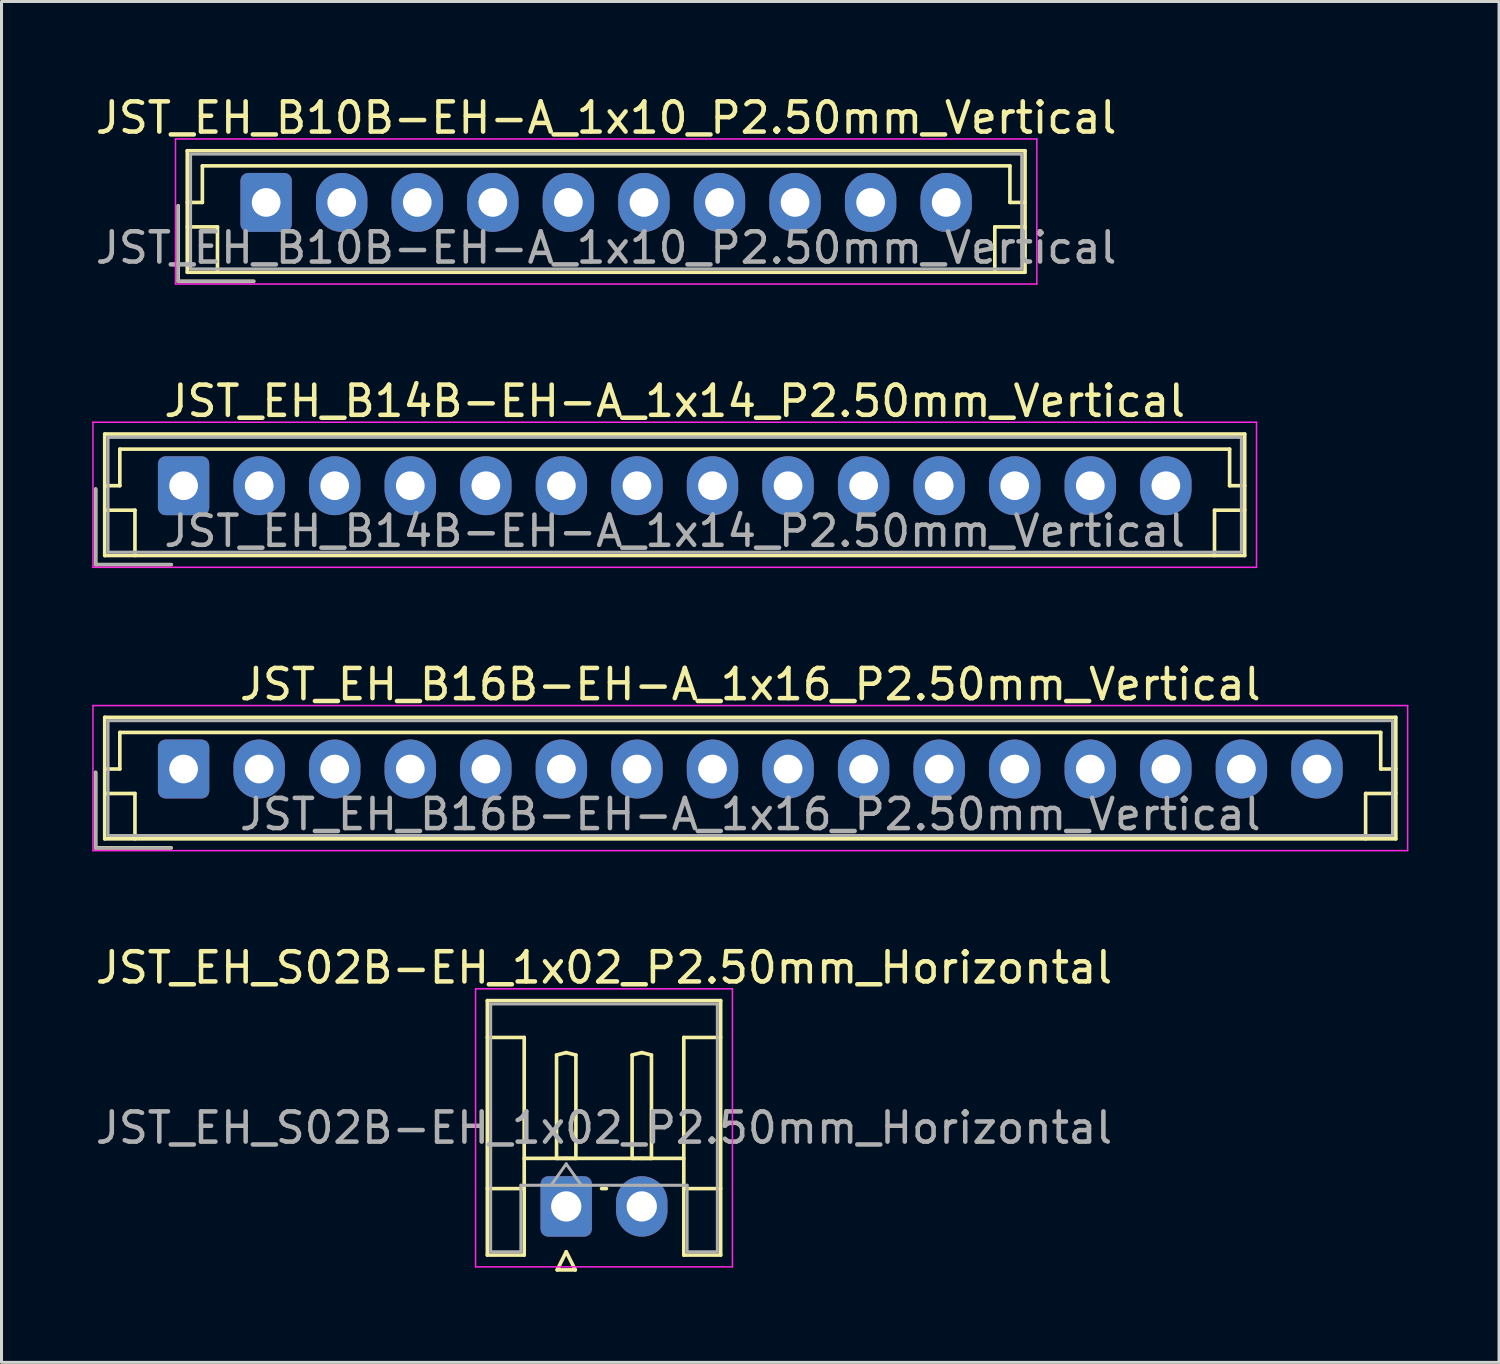
<source format=kicad_pcb>
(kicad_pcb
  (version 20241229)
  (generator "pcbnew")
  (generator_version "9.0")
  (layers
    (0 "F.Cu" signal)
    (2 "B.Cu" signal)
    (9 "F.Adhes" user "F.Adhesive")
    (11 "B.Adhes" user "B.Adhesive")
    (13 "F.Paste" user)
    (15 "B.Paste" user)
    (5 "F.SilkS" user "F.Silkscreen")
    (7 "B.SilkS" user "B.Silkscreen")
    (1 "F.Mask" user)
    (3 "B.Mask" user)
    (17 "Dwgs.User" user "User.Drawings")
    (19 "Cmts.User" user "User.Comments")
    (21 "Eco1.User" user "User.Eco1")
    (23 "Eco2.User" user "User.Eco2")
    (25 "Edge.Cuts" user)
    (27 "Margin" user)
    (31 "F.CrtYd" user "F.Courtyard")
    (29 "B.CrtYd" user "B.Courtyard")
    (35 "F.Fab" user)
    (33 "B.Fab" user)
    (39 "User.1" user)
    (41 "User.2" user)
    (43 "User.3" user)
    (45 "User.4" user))
  (footprint "JST_EH_B14B-EH-A_1x14_P2.50mm_Vertical"
    (layer "F.Cu")
    (at 3.025 13.021)
    (property "Reference" "JST_EH_B14B-EH-A_1x14_P2.50mm_Vertical" (at 16.25 -2.8 0) (layer "F.SilkS") (effects (font (size 1 1) (thickness 0.15))))
    (attr through_hole)
    (fp_line (start -2.91 0.11) (end -2.91 2.61) (stroke (width 0.12) (type solid)) (layer "F.SilkS"))
    (fp_line (start -2.91 2.61) (end -0.41 2.61) (stroke (width 0.12) (type solid)) (layer "F.SilkS"))
    (fp_line (start -2.61 -1.71) (end -2.61 2.31) (stroke (width 0.12) (type solid)) (layer "F.SilkS"))
    (fp_line (start -2.61 0) (end -2.11 0) (stroke (width 0.12) (type solid)) (layer "F.SilkS"))
    (fp_line (start -2.61 0.81) (end -1.61 0.81) (stroke (width 0.12) (type solid)) (layer "F.SilkS"))
    (fp_line (start -2.61 2.31) (end 35.11 2.31) (stroke (width 0.12) (type solid)) (layer "F.SilkS"))
    (fp_line (start -2.11 -1.21) (end 34.61 -1.21) (stroke (width 0.12) (type solid)) (layer "F.SilkS"))
    (fp_line (start -2.11 0) (end -2.11 -1.21) (stroke (width 0.12) (type solid)) (layer "F.SilkS"))
    (fp_line (start -1.61 0.81) (end -1.61 2.31) (stroke (width 0.12) (type solid)) (layer "F.SilkS"))
    (fp_line (start 34.11 0.81) (end 34.11 2.31) (stroke (width 0.12) (type solid)) (layer "F.SilkS"))
    (fp_line (start 34.61 -1.21) (end 34.61 0) (stroke (width 0.12) (type solid)) (layer "F.SilkS"))
    (fp_line (start 34.61 0) (end 35.11 0) (stroke (width 0.12) (type solid)) (layer "F.SilkS"))
    (fp_line (start 35.11 -1.71) (end -2.61 -1.71) (stroke (width 0.12) (type solid)) (layer "F.SilkS"))
    (fp_line (start 35.11 0.81) (end 34.11 0.81) (stroke (width 0.12) (type solid)) (layer "F.SilkS"))
    (fp_line (start 35.11 2.31) (end 35.11 -1.71) (stroke (width 0.12) (type solid)) (layer "F.SilkS"))
    (fp_line (start -3 -2.1) (end -3 2.7) (stroke (width 0.05) (type solid)) (layer "F.CrtYd"))
    (fp_line (start -3 2.7) (end 35.5 2.7) (stroke (width 0.05) (type solid)) (layer "F.CrtYd"))
    (fp_line (start 35.5 -2.1) (end -3 -2.1) (stroke (width 0.05) (type solid)) (layer "F.CrtYd"))
    (fp_line (start 35.5 2.7) (end 35.5 -2.1) (stroke (width 0.05) (type solid)) (layer "F.CrtYd"))
    (fp_line (start -2.91 0.11) (end -2.91 2.61) (stroke (width 0.1) (type solid)) (layer "F.Fab"))
    (fp_line (start -2.91 2.61) (end -0.41 2.61) (stroke (width 0.1) (type solid)) (layer "F.Fab"))
    (fp_line (start -2.5 -1.6) (end -2.5 2.2) (stroke (width 0.1) (type solid)) (layer "F.Fab"))
    (fp_line (start -2.5 2.2) (end 35 2.2) (stroke (width 0.1) (type solid)) (layer "F.Fab"))
    (fp_line (start 35 -1.6) (end -2.5 -1.6) (stroke (width 0.1) (type solid)) (layer "F.Fab"))
    (fp_line (start 35 2.2) (end 35 -1.6) (stroke (width 0.1) (type solid)) (layer "F.Fab"))
    (fp_text user "${REFERENCE}" (at 16.25 1.5 0) (layer "F.Fab") (effects (font (size 1 1) (thickness 0.15))))
    (pad "1" thru_hole roundrect (at 0 0) (size 1.7 1.95) (drill 0.95) (layers "*.Cu" "*.Mask") (roundrect_rratio 0.147))
    (pad "2" thru_hole oval (at 2.5 0) (size 1.7 1.95) (drill 0.95) (layers "*.Cu" "*.Mask"))
    (pad "3" thru_hole oval (at 5 0) (size 1.7 1.95) (drill 0.95) (layers "*.Cu" "*.Mask"))
    (pad "4" thru_hole oval (at 7.5 0) (size 1.7 1.95) (drill 0.95) (layers "*.Cu" "*.Mask"))
    (pad "5" thru_hole oval (at 10 0) (size 1.7 1.95) (drill 0.95) (layers "*.Cu" "*.Mask"))
    (pad "6" thru_hole oval (at 12.5 0) (size 1.7 1.95) (drill 0.95) (layers "*.Cu" "*.Mask"))
    (pad "7" thru_hole oval (at 15 0) (size 1.7 1.95) (drill 0.95) (layers "*.Cu" "*.Mask"))
    (pad "8" thru_hole oval (at 17.5 0) (size 1.7 1.95) (drill 0.95) (layers "*.Cu" "*.Mask"))
    (pad "9" thru_hole oval (at 20 0) (size 1.7 1.95) (drill 0.95) (layers "*.Cu" "*.Mask"))
    (pad "10" thru_hole oval (at 22.5 0) (size 1.7 1.95) (drill 0.95) (layers "*.Cu" "*.Mask"))
    (pad "11" thru_hole oval (at 25 0) (size 1.7 1.95) (drill 0.95) (layers "*.Cu" "*.Mask"))
    (pad "12" thru_hole oval (at 27.5 0) (size 1.7 1.95) (drill 0.95) (layers "*.Cu" "*.Mask"))
    (pad "13" thru_hole oval (at 30 0) (size 1.7 1.95) (drill 0.95) (layers "*.Cu" "*.Mask"))
    (pad "14" thru_hole oval (at 32.5 0) (size 1.7 1.95) (drill 0.95) (layers "*.Cu" "*.Mask")))
  (footprint "JST_EH_B10B-EH-A_1x10_P2.50mm_Vertical"
    (layer "F.Cu")
    (at 5.756 3.648)
    (property "Reference" "JST_EH_B10B-EH-A_1x10_P2.50mm_Vertical" (at 11.25 -2.8 0) (layer "F.SilkS") (effects (font (size 1 1) (thickness 0.15))))
    (attr through_hole)
    (fp_line (start -2.91 0.11) (end -2.91 2.61) (stroke (width 0.12) (type solid)) (layer "F.SilkS"))
    (fp_line (start -2.91 2.61) (end -0.41 2.61) (stroke (width 0.12) (type solid)) (layer "F.SilkS"))
    (fp_line (start -2.61 -1.71) (end -2.61 2.31) (stroke (width 0.12) (type solid)) (layer "F.SilkS"))
    (fp_line (start -2.61 0) (end -2.11 0) (stroke (width 0.12) (type solid)) (layer "F.SilkS"))
    (fp_line (start -2.61 0.81) (end -1.61 0.81) (stroke (width 0.12) (type solid)) (layer "F.SilkS"))
    (fp_line (start -2.61 2.31) (end 25.11 2.31) (stroke (width 0.12) (type solid)) (layer "F.SilkS"))
    (fp_line (start -2.11 -1.21) (end 24.61 -1.21) (stroke (width 0.12) (type solid)) (layer "F.SilkS"))
    (fp_line (start -2.11 0) (end -2.11 -1.21) (stroke (width 0.12) (type solid)) (layer "F.SilkS"))
    (fp_line (start -1.61 0.81) (end -1.61 2.31) (stroke (width 0.12) (type solid)) (layer "F.SilkS"))
    (fp_line (start 24.11 0.81) (end 24.11 2.31) (stroke (width 0.12) (type solid)) (layer "F.SilkS"))
    (fp_line (start 24.61 -1.21) (end 24.61 0) (stroke (width 0.12) (type solid)) (layer "F.SilkS"))
    (fp_line (start 24.61 0) (end 25.11 0) (stroke (width 0.12) (type solid)) (layer "F.SilkS"))
    (fp_line (start 25.11 -1.71) (end -2.61 -1.71) (stroke (width 0.12) (type solid)) (layer "F.SilkS"))
    (fp_line (start 25.11 0.81) (end 24.11 0.81) (stroke (width 0.12) (type solid)) (layer "F.SilkS"))
    (fp_line (start 25.11 2.31) (end 25.11 -1.71) (stroke (width 0.12) (type solid)) (layer "F.SilkS"))
    (fp_line (start -3 -2.1) (end -3 2.7) (stroke (width 0.05) (type solid)) (layer "F.CrtYd"))
    (fp_line (start -3 2.7) (end 25.5 2.7) (stroke (width 0.05) (type solid)) (layer "F.CrtYd"))
    (fp_line (start 25.5 -2.1) (end -3 -2.1) (stroke (width 0.05) (type solid)) (layer "F.CrtYd"))
    (fp_line (start 25.5 2.7) (end 25.5 -2.1) (stroke (width 0.05) (type solid)) (layer "F.CrtYd"))
    (fp_line (start -2.91 0.11) (end -2.91 2.61) (stroke (width 0.1) (type solid)) (layer "F.Fab"))
    (fp_line (start -2.91 2.61) (end -0.41 2.61) (stroke (width 0.1) (type solid)) (layer "F.Fab"))
    (fp_line (start -2.5 -1.6) (end -2.5 2.2) (stroke (width 0.1) (type solid)) (layer "F.Fab"))
    (fp_line (start -2.5 2.2) (end 25 2.2) (stroke (width 0.1) (type solid)) (layer "F.Fab"))
    (fp_line (start 25 -1.6) (end -2.5 -1.6) (stroke (width 0.1) (type solid)) (layer "F.Fab"))
    (fp_line (start 25 2.2) (end 25 -1.6) (stroke (width 0.1) (type solid)) (layer "F.Fab"))
    (fp_text user "${REFERENCE}" (at 11.25 1.5 0) (layer "F.Fab") (effects (font (size 1 1) (thickness 0.15))))
    (pad "1" thru_hole roundrect (at 0 0) (size 1.7 1.95) (drill 0.95) (layers "*.Cu" "*.Mask") (roundrect_rratio 0.147))
    (pad "2" thru_hole oval (at 2.5 0) (size 1.7 1.95) (drill 0.95) (layers "*.Cu" "*.Mask"))
    (pad "3" thru_hole oval (at 5 0) (size 1.7 1.95) (drill 0.95) (layers "*.Cu" "*.Mask"))
    (pad "4" thru_hole oval (at 7.5 0) (size 1.7 1.95) (drill 0.95) (layers "*.Cu" "*.Mask"))
    (pad "5" thru_hole oval (at 10 0) (size 1.7 1.95) (drill 0.95) (layers "*.Cu" "*.Mask"))
    (pad "6" thru_hole oval (at 12.5 0) (size 1.7 1.95) (drill 0.95) (layers "*.Cu" "*.Mask"))
    (pad "7" thru_hole oval (at 15 0) (size 1.7 1.95) (drill 0.95) (layers "*.Cu" "*.Mask"))
    (pad "8" thru_hole oval (at 17.5 0) (size 1.7 1.95) (drill 0.95) (layers "*.Cu" "*.Mask"))
    (pad "9" thru_hole oval (at 20 0) (size 1.7 1.95) (drill 0.95) (layers "*.Cu" "*.Mask"))
    (pad "10" thru_hole oval (at 22.5 0) (size 1.7 1.95) (drill 0.95) (layers "*.Cu" "*.Mask")))
  (footprint "JST_EH_S02B-EH_1x02_P2.50mm_Horizontal"
    (layer "F.Cu")
    (at 15.685 36.868)
    (property "Reference" "JST_EH_S02B-EH_1x02_P2.50mm_Horizontal" (at 1.25 -7.9 0) (layer "F.SilkS") (effects (font (size 1 1) (thickness 0.15))))
    (attr through_hole)
    (fp_line (start -2.61 -6.81) (end 5.11 -6.81) (stroke (width 0.12) (type solid)) (layer "F.SilkS"))
    (fp_line (start -2.61 -5.59) (end -1.39 -5.59) (stroke (width 0.12) (type solid)) (layer "F.SilkS"))
    (fp_line (start -2.61 1.61) (end -2.61 -6.81) (stroke (width 0.12) (type solid)) (layer "F.SilkS"))
    (fp_line (start -1.39 -5.59) (end -1.39 -0.59) (stroke (width 0.12) (type solid)) (layer "F.SilkS"))
    (fp_line (start -1.39 -1.59) (end 3.89 -1.59) (stroke (width 0.12) (type solid)) (layer "F.SilkS"))
    (fp_line (start -1.39 -0.59) (end -2.61 -0.59) (stroke (width 0.12) (type solid)) (layer "F.SilkS"))
    (fp_line (start -1.39 -0.59) (end -1.39 1.61) (stroke (width 0.12) (type solid)) (layer "F.SilkS"))
    (fp_line (start -1.39 1.61) (end -2.61 1.61) (stroke (width 0.12) (type solid)) (layer "F.SilkS"))
    (fp_line (start -0.32 -5.01) (end 0 -5.09) (stroke (width 0.12) (type solid)) (layer "F.SilkS"))
    (fp_line (start -0.32 -1.59) (end -0.32 -5.01) (stroke (width 0.12) (type solid)) (layer "F.SilkS"))
    (fp_line (start -0.3 2.1) (end 0.3 2.1) (stroke (width 0.12) (type solid)) (layer "F.SilkS"))
    (fp_line (start 0 -5.09) (end 0.32 -5.01) (stroke (width 0.12) (type solid)) (layer "F.SilkS"))
    (fp_line (start 0 -1.59) (end -0.32 -1.59) (stroke (width 0.12) (type solid)) (layer "F.SilkS"))
    (fp_line (start 0 1.5) (end -0.3 2.1) (stroke (width 0.12) (type solid)) (layer "F.SilkS"))
    (fp_line (start 0.3 2.1) (end 0 1.5) (stroke (width 0.12) (type solid)) (layer "F.SilkS"))
    (fp_line (start 0.32 -5.01) (end 0.32 -1.59) (stroke (width 0.12) (type solid)) (layer "F.SilkS"))
    (fp_line (start 0.32 -1.59) (end 0 -1.59) (stroke (width 0.12) (type solid)) (layer "F.SilkS"))
    (fp_line (start 1.17 -0.59) (end 1.33 -0.59) (stroke (width 0.12) (type solid)) (layer "F.SilkS"))
    (fp_line (start 2.18 -5.01) (end 2.5 -5.09) (stroke (width 0.12) (type solid)) (layer "F.SilkS"))
    (fp_line (start 2.18 -1.59) (end 2.18 -5.01) (stroke (width 0.12) (type solid)) (layer "F.SilkS"))
    (fp_line (start 2.5 -5.09) (end 2.82 -5.01) (stroke (width 0.12) (type solid)) (layer "F.SilkS"))
    (fp_line (start 2.5 -1.59) (end 2.18 -1.59) (stroke (width 0.12) (type solid)) (layer "F.SilkS"))
    (fp_line (start 2.82 -5.01) (end 2.82 -1.59) (stroke (width 0.12) (type solid)) (layer "F.SilkS"))
    (fp_line (start 2.82 -1.59) (end 2.5 -1.59) (stroke (width 0.12) (type solid)) (layer "F.SilkS"))
    (fp_line (start 3.89 -5.59) (end 3.89 -0.59) (stroke (width 0.12) (type solid)) (layer "F.SilkS"))
    (fp_line (start 3.89 -0.59) (end 5.11 -0.59) (stroke (width 0.12) (type solid)) (layer "F.SilkS"))
    (fp_line (start 3.89 1.61) (end 3.89 -0.59) (stroke (width 0.12) (type solid)) (layer "F.SilkS"))
    (fp_line (start 5.11 -6.81) (end 5.11 1.61) (stroke (width 0.12) (type solid)) (layer "F.SilkS"))
    (fp_line (start 5.11 -5.59) (end 3.89 -5.59) (stroke (width 0.12) (type solid)) (layer "F.SilkS"))
    (fp_line (start 5.11 1.61) (end 3.89 1.61) (stroke (width 0.12) (type solid)) (layer "F.SilkS"))
    (fp_line (start -3 -7.2) (end -3 2) (stroke (width 0.05) (type solid)) (layer "F.CrtYd"))
    (fp_line (start -3 2) (end 5.5 2) (stroke (width 0.05) (type solid)) (layer "F.CrtYd"))
    (fp_line (start 5.5 -7.2) (end -3 -7.2) (stroke (width 0.05) (type solid)) (layer "F.CrtYd"))
    (fp_line (start 5.5 2) (end 5.5 -7.2) (stroke (width 0.05) (type solid)) (layer "F.CrtYd"))
    (fp_line (start -2.5 -6.7) (end 5 -6.7) (stroke (width 0.1) (type solid)) (layer "F.Fab"))
    (fp_line (start -2.5 1.5) (end -2.5 -6.7) (stroke (width 0.1) (type solid)) (layer "F.Fab"))
    (fp_line (start -1.5 -0.7) (end -1.5 1.5) (stroke (width 0.1) (type solid)) (layer "F.Fab"))
    (fp_line (start -1.5 1.5) (end -2.5 1.5) (stroke (width 0.1) (type solid)) (layer "F.Fab"))
    (fp_line (start -0.5 -0.7) (end 0 -1.407) (stroke (width 0.1) (type solid)) (layer "F.Fab"))
    (fp_line (start 0 -1.407) (end 0.5 -0.7) (stroke (width 0.1) (type solid)) (layer "F.Fab"))
    (fp_line (start 4 -0.7) (end -1.5 -0.7) (stroke (width 0.1) (type solid)) (layer "F.Fab"))
    (fp_line (start 4 1.5) (end 4 -0.7) (stroke (width 0.1) (type solid)) (layer "F.Fab"))
    (fp_line (start 5 -6.7) (end 5 1.5) (stroke (width 0.1) (type solid)) (layer "F.Fab"))
    (fp_line (start 5 1.5) (end 4 1.5) (stroke (width 0.1) (type solid)) (layer "F.Fab"))
    (fp_text user "${REFERENCE}" (at 1.25 -2.6 0) (layer "F.Fab") (effects (font (size 1 1) (thickness 0.15))))
    (pad "1" thru_hole roundrect (at 0 0) (size 1.7 2) (drill 1) (layers "*.Cu" "*.Mask") (roundrect_rratio 0.147))
    (pad "2" thru_hole oval (at 2.5 0) (size 1.7 2) (drill 1) (layers "*.Cu" "*.Mask")))
  (footprint "JST_EH_B16B-EH-A_1x16_P2.50mm_Vertical"
    (layer "F.Cu")
    (at 3.025 22.395)
    (property "Reference" "JST_EH_B16B-EH-A_1x16_P2.50mm_Vertical" (at 18.75 -2.8 0) (layer "F.SilkS") (effects (font (size 1 1) (thickness 0.15))))
    (attr through_hole)
    (fp_line (start -2.91 0.11) (end -2.91 2.61) (stroke (width 0.12) (type solid)) (layer "F.SilkS"))
    (fp_line (start -2.91 2.61) (end -0.41 2.61) (stroke (width 0.12) (type solid)) (layer "F.SilkS"))
    (fp_line (start -2.61 -1.71) (end -2.61 2.31) (stroke (width 0.12) (type solid)) (layer "F.SilkS"))
    (fp_line (start -2.61 0) (end -2.11 0) (stroke (width 0.12) (type solid)) (layer "F.SilkS"))
    (fp_line (start -2.61 0.81) (end -1.61 0.81) (stroke (width 0.12) (type solid)) (layer "F.SilkS"))
    (fp_line (start -2.61 2.31) (end 40.11 2.31) (stroke (width 0.12) (type solid)) (layer "F.SilkS"))
    (fp_line (start -2.11 -1.21) (end 39.61 -1.21) (stroke (width 0.12) (type solid)) (layer "F.SilkS"))
    (fp_line (start -2.11 0) (end -2.11 -1.21) (stroke (width 0.12) (type solid)) (layer "F.SilkS"))
    (fp_line (start -1.61 0.81) (end -1.61 2.31) (stroke (width 0.12) (type solid)) (layer "F.SilkS"))
    (fp_line (start 39.11 0.81) (end 39.11 2.31) (stroke (width 0.12) (type solid)) (layer "F.SilkS"))
    (fp_line (start 39.61 -1.21) (end 39.61 0) (stroke (width 0.12) (type solid)) (layer "F.SilkS"))
    (fp_line (start 39.61 0) (end 40.11 0) (stroke (width 0.12) (type solid)) (layer "F.SilkS"))
    (fp_line (start 40.11 -1.71) (end -2.61 -1.71) (stroke (width 0.12) (type solid)) (layer "F.SilkS"))
    (fp_line (start 40.11 0.81) (end 39.11 0.81) (stroke (width 0.12) (type solid)) (layer "F.SilkS"))
    (fp_line (start 40.11 2.31) (end 40.11 -1.71) (stroke (width 0.12) (type solid)) (layer "F.SilkS"))
    (fp_line (start -3 -2.1) (end -3 2.7) (stroke (width 0.05) (type solid)) (layer "F.CrtYd"))
    (fp_line (start -3 2.7) (end 40.5 2.7) (stroke (width 0.05) (type solid)) (layer "F.CrtYd"))
    (fp_line (start 40.5 -2.1) (end -3 -2.1) (stroke (width 0.05) (type solid)) (layer "F.CrtYd"))
    (fp_line (start 40.5 2.7) (end 40.5 -2.1) (stroke (width 0.05) (type solid)) (layer "F.CrtYd"))
    (fp_line (start -2.91 0.11) (end -2.91 2.61) (stroke (width 0.1) (type solid)) (layer "F.Fab"))
    (fp_line (start -2.91 2.61) (end -0.41 2.61) (stroke (width 0.1) (type solid)) (layer "F.Fab"))
    (fp_line (start -2.5 -1.6) (end -2.5 2.2) (stroke (width 0.1) (type solid)) (layer "F.Fab"))
    (fp_line (start -2.5 2.2) (end 40 2.2) (stroke (width 0.1) (type solid)) (layer "F.Fab"))
    (fp_line (start 40 -1.6) (end -2.5 -1.6) (stroke (width 0.1) (type solid)) (layer "F.Fab"))
    (fp_line (start 40 2.2) (end 40 -1.6) (stroke (width 0.1) (type solid)) (layer "F.Fab"))
    (fp_text user "${REFERENCE}" (at 18.75 1.5 0) (layer "F.Fab") (effects (font (size 1 1) (thickness 0.15))))
    (pad "1" thru_hole roundrect (at 0 0) (size 1.7 1.95) (drill 0.95) (layers "*.Cu" "*.Mask") (roundrect_rratio 0.147))
    (pad "2" thru_hole oval (at 2.5 0) (size 1.7 1.95) (drill 0.95) (layers "*.Cu" "*.Mask"))
    (pad "3" thru_hole oval (at 5 0) (size 1.7 1.95) (drill 0.95) (layers "*.Cu" "*.Mask"))
    (pad "4" thru_hole oval (at 7.5 0) (size 1.7 1.95) (drill 0.95) (layers "*.Cu" "*.Mask"))
    (pad "5" thru_hole oval (at 10 0) (size 1.7 1.95) (drill 0.95) (layers "*.Cu" "*.Mask"))
    (pad "6" thru_hole oval (at 12.5 0) (size 1.7 1.95) (drill 0.95) (layers "*.Cu" "*.Mask"))
    (pad "7" thru_hole oval (at 15 0) (size 1.7 1.95) (drill 0.95) (layers "*.Cu" "*.Mask"))
    (pad "8" thru_hole oval (at 17.5 0) (size 1.7 1.95) (drill 0.95) (layers "*.Cu" "*.Mask"))
    (pad "9" thru_hole oval (at 20 0) (size 1.7 1.95) (drill 0.95) (layers "*.Cu" "*.Mask"))
    (pad "10" thru_hole oval (at 22.5 0) (size 1.7 1.95) (drill 0.95) (layers "*.Cu" "*.Mask"))
    (pad "11" thru_hole oval (at 25 0) (size 1.7 1.95) (drill 0.95) (layers "*.Cu" "*.Mask"))
    (pad "12" thru_hole oval (at 27.5 0) (size 1.7 1.95) (drill 0.95) (layers "*.Cu" "*.Mask"))
    (pad "13" thru_hole oval (at 30 0) (size 1.7 1.95) (drill 0.95) (layers "*.Cu" "*.Mask"))
    (pad "14" thru_hole oval (at 32.5 0) (size 1.7 1.95) (drill 0.95) (layers "*.Cu" "*.Mask"))
    (pad "15" thru_hole oval (at 35 0) (size 1.7 1.95) (drill 0.95) (layers "*.Cu" "*.Mask"))
    (pad "16" thru_hole oval (at 37.5 0) (size 1.7 1.95) (drill 0.95) (layers "*.Cu" "*.Mask")))
  (gr_rect
    (start -3 -3)
    (end 46.55 42.028)
    (stroke (width 0.1) (type default))
    (fill no)
    (layer "Edge.Cuts")))
</source>
